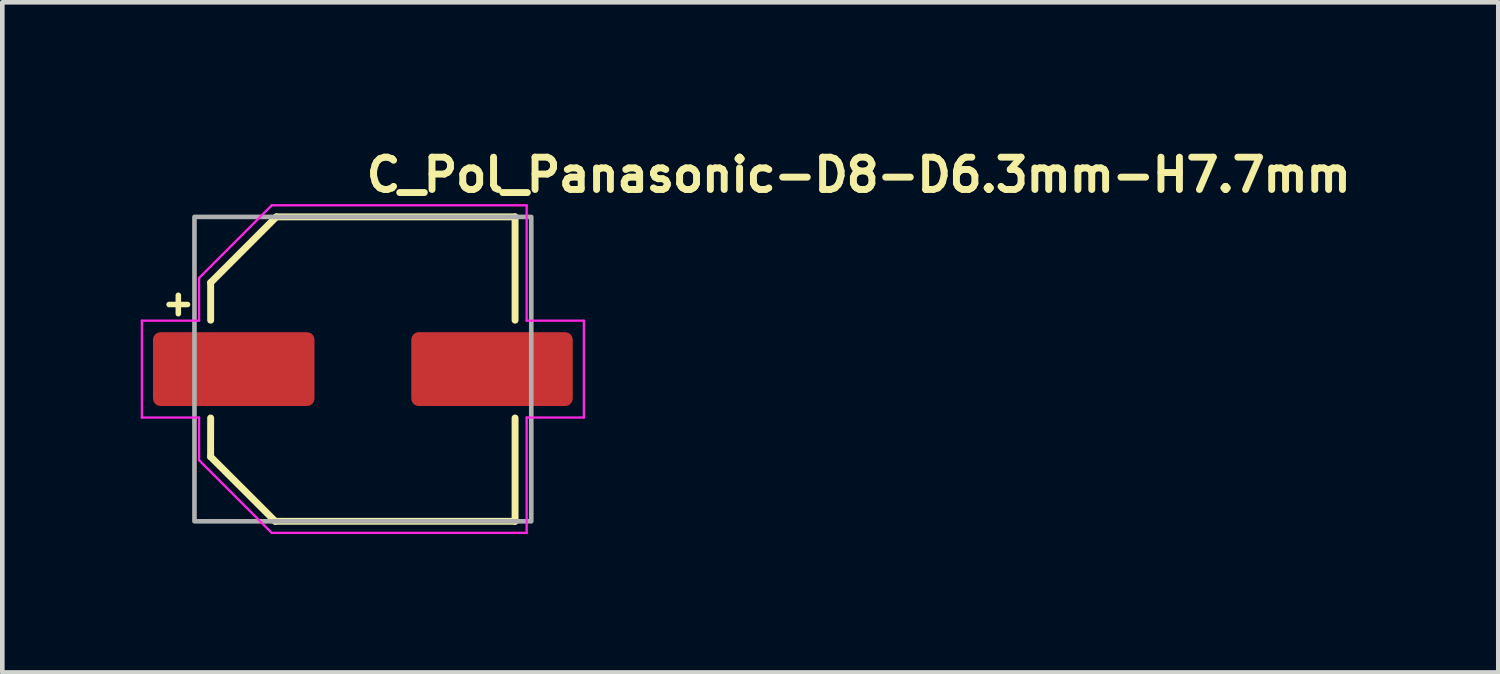
<source format=kicad_pcb>
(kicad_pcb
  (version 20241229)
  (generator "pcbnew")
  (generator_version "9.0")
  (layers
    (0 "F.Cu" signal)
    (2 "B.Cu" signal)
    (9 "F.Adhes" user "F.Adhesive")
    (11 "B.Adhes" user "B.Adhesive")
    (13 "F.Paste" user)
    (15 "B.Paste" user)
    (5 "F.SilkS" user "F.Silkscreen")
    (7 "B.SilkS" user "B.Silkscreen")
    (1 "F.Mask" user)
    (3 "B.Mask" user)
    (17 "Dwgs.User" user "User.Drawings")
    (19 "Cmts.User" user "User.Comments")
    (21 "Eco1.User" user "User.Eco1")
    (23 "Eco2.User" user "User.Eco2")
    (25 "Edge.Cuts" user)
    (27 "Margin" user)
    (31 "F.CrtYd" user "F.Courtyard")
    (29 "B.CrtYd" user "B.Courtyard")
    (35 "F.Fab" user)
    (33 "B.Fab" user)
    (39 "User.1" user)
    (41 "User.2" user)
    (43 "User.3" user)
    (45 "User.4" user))
  (footprint "C_Pol_Panasonic-D8-D6.3mm-H7.7mm"
    (layer "F.Cu")
    (at 4.815 4.95)
    (property "Reference" "C_Pol_Panasonic-D8-D6.3mm-H7.7mm" (at 0 -3.8 0) (layer "F.SilkS") (effects (font (size 0.7 0.7) (thickness 0.15)) (justify left bottom)))
    (attr smd)
    (fp_line (start -4.2 -1.4) (end -3.8 -1.4) (stroke (width 0.12) (type solid)) (layer "F.SilkS"))
    (fp_line (start -4 -1.6) (end -4 -1.2) (stroke (width 0.12) (type solid)) (layer "F.SilkS"))
    (fp_line (start -3.3 1.9) (end -3.299 1.06) (stroke (width 0.15) (type solid)) (layer "F.SilkS"))
    (fp_line (start -3.3 1.9) (end -1.899 3.299) (stroke (width 0.15) (type solid)) (layer "F.SilkS"))
    (fp_line (start -3.299 -1.875) (end -3.299 -1.06) (stroke (width 0.15) (type solid)) (layer "F.SilkS"))
    (fp_line (start -3.299 -1.875) (end -1.875 -3.3) (stroke (width 0.15) (type solid)) (layer "F.SilkS"))
    (fp_line (start -1.899 3.299) (end 3.299 3.299) (stroke (width 0.15) (type solid)) (layer "F.SilkS"))
    (fp_line (start -1.875 -3.3) (end 3.299 -3.299) (stroke (width 0.15) (type solid)) (layer "F.SilkS"))
    (fp_line (start 3.299 -3.299) (end 3.299 -1.06) (stroke (width 0.15) (type solid)) (layer "F.SilkS"))
    (fp_line (start 3.299 3.299) (end 3.299 1.06) (stroke (width 0.15) (type solid)) (layer "F.SilkS"))
    (fp_line (start -4.79 1.05) (end -4.79 -1.05) (stroke (width 0.05) (type solid)) (layer "F.CrtYd"))
    (fp_line (start -4.79 1.05) (end -3.55 1.05) (stroke (width 0.05) (type solid)) (layer "F.CrtYd"))
    (fp_line (start -3.55 -1.975) (end -3.55 -1.05) (stroke (width 0.05) (type solid)) (layer "F.CrtYd"))
    (fp_line (start -3.55 -1.975) (end -1.975 -3.55) (stroke (width 0.05) (type solid)) (layer "F.CrtYd"))
    (fp_line (start -3.55 -1.05) (end -4.79 -1.05) (stroke (width 0.05) (type solid)) (layer "F.CrtYd"))
    (fp_line (start -3.55 1.975) (end -3.55 1.05) (stroke (width 0.05) (type solid)) (layer "F.CrtYd"))
    (fp_line (start -1.975 -3.55) (end 3.55 -3.55) (stroke (width 0.05) (type solid)) (layer "F.CrtYd"))
    (fp_line (start -1.975 3.55) (end -3.55 1.975) (stroke (width 0.05) (type solid)) (layer "F.CrtYd"))
    (fp_line (start -1.975 3.55) (end 3.55 3.55) (stroke (width 0.05) (type solid)) (layer "F.CrtYd"))
    (fp_line (start 3.55 -3.55) (end 3.55 -1.05) (stroke (width 0.05) (type solid)) (layer "F.CrtYd"))
    (fp_line (start 3.55 -1.05) (end 4.79 -1.05) (stroke (width 0.05) (type solid)) (layer "F.CrtYd"))
    (fp_line (start 3.55 1.05) (end 3.55 3.55) (stroke (width 0.05) (type solid)) (layer "F.CrtYd"))
    (fp_line (start 4.79 -1.05) (end 4.79 1.05) (stroke (width 0.05) (type solid)) (layer "F.CrtYd"))
    (fp_line (start 4.79 1.05) (end 3.55 1.05) (stroke (width 0.05) (type solid)) (layer "F.CrtYd"))
    (fp_rect (start -3.65 -3.299) (end 3.65 3.299) (stroke (width 0.1) (type solid)) (fill no) (layer "F.Fab"))
    (fp_rect (start -3.65 -3.299) (end 3.65 3.299) (stroke (width 0.1) (type solid)) (fill no) (layer "User.5"))
    (fp_line (start -3.65 0.325) (end -3.65 -0.325) (stroke (width 0.02) (type solid)) (layer "User.9"))
    (fp_line (start -3.299 -1.1) (end -3.299 -1.899) (stroke (width 0.02) (type solid)) (layer "User.9"))
    (fp_line (start -3.299 -1.1) (end -3.299 1.1) (stroke (width 0.02) (type solid)) (layer "User.9"))
    (fp_line (start -3.299 -1.1) (end -3.057 -1.1) (stroke (width 0.02) (type solid)) (layer "User.9"))
    (fp_line (start -3.299 -0.325) (end -3.65 -0.325) (stroke (width 0.02) (type solid)) (layer "User.9"))
    (fp_line (start -3.299 0.325) (end -3.65 0.325) (stroke (width 0.02) (type solid)) (layer "User.9"))
    (fp_line (start -3.299 1.899) (end -3.299 1.1) (stroke (width 0.02) (type solid)) (layer "User.9"))
    (fp_line (start -3.299 1.899) (end -1.899 3.299) (stroke (width 0.02) (type solid)) (layer "User.9"))
    (fp_line (start -3.149 0) (end -3.145 -0.162) (stroke (width 0.02) (type solid)) (layer "User.9"))
    (fp_line (start -3.149 0) (end -3.145 -0.162) (stroke (width 0.02) (type solid)) (layer "User.9"))
    (fp_line (start -3.149 0) (end -3.145 -0.162) (stroke (width 0.02) (type solid)) (layer "User.9"))
    (fp_line (start -3.145 -0.162) (end -3.133 -0.321) (stroke (width 0.02) (type solid)) (layer "User.9"))
    (fp_line (start -3.145 -0.162) (end -3.133 -0.321) (stroke (width 0.02) (type solid)) (layer "User.9"))
    (fp_line (start -3.145 -0.162) (end -3.133 -0.321) (stroke (width 0.02) (type solid)) (layer "User.9"))
    (fp_line (start -3.145 0.162) (end -3.149 0) (stroke (width 0.02) (type solid)) (layer "User.9"))
    (fp_line (start -3.133 -0.321) (end -3.113 -0.479) (stroke (width 0.02) (type solid)) (layer "User.9"))
    (fp_line (start -3.133 -0.321) (end -3.113 -0.479) (stroke (width 0.02) (type solid)) (layer "User.9"))
    (fp_line (start -3.133 -0.321) (end -3.113 -0.479) (stroke (width 0.02) (type solid)) (layer "User.9"))
    (fp_line (start -3.133 0.322) (end -3.145 0.162) (stroke (width 0.02) (type solid)) (layer "User.9"))
    (fp_line (start -3.113 -0.479) (end -3.085 -0.634) (stroke (width 0.02) (type solid)) (layer "User.9"))
    (fp_line (start -3.113 -0.479) (end -3.085 -0.634) (stroke (width 0.02) (type solid)) (layer "User.9"))
    (fp_line (start -3.113 -0.479) (end -3.085 -0.634) (stroke (width 0.02) (type solid)) (layer "User.9"))
    (fp_line (start -3.113 0.479) (end -3.133 0.322) (stroke (width 0.02) (type solid)) (layer "User.9"))
    (fp_line (start -3.085 -0.634) (end -3.049 -0.786) (stroke (width 0.02) (type solid)) (layer "User.9"))
    (fp_line (start -3.085 -0.634) (end -3.049 -0.786) (stroke (width 0.02) (type solid)) (layer "User.9"))
    (fp_line (start -3.085 -0.634) (end -3.049 -0.786) (stroke (width 0.02) (type solid)) (layer "User.9"))
    (fp_line (start -3.085 0.634) (end -3.113 0.479) (stroke (width 0.02) (type solid)) (layer "User.9"))
    (fp_line (start -3.057 -1.1) (end -2.992 -1.268) (stroke (width 0.02) (type solid)) (layer "User.9"))
    (fp_line (start -3.057 1.1) (end -3.299 1.1) (stroke (width 0.02) (type solid)) (layer "User.9"))
    (fp_line (start -3.049 -0.786) (end -3.008 -0.936) (stroke (width 0.02) (type solid)) (layer "User.9"))
    (fp_line (start -3.049 -0.786) (end -3.008 -0.936) (stroke (width 0.02) (type solid)) (layer "User.9"))
    (fp_line (start -3.049 -0.786) (end -3.008 -0.936) (stroke (width 0.02) (type solid)) (layer "User.9"))
    (fp_line (start -3.049 0.787) (end -3.085 0.634) (stroke (width 0.02) (type solid)) (layer "User.9"))
    (fp_line (start -3.008 -0.936) (end -2.957 -1.082) (stroke (width 0.02) (type solid)) (layer "User.9"))
    (fp_line (start -3.008 -0.936) (end -2.957 -1.082) (stroke (width 0.02) (type solid)) (layer "User.9"))
    (fp_line (start -3.008 -0.936) (end -2.957 -1.082) (stroke (width 0.02) (type solid)) (layer "User.9"))
    (fp_line (start -3.008 0.936) (end -3.049 0.787) (stroke (width 0.02) (type solid)) (layer "User.9"))
    (fp_line (start -2.992 -1.268) (end -2.916 -1.432) (stroke (width 0.02) (type solid)) (layer "User.9"))
    (fp_line (start -2.992 1.268) (end -3.057 1.1) (stroke (width 0.02) (type solid)) (layer "User.9"))
    (fp_line (start -2.957 -1.082) (end -2.902 -1.225) (stroke (width 0.02) (type solid)) (layer "User.9"))
    (fp_line (start -2.957 -1.082) (end -2.902 -1.225) (stroke (width 0.02) (type solid)) (layer "User.9"))
    (fp_line (start -2.957 -1.082) (end -2.902 -1.225) (stroke (width 0.02) (type solid)) (layer "User.9"))
    (fp_line (start -2.957 1.082) (end -3.008 0.936) (stroke (width 0.02) (type solid)) (layer "User.9"))
    (fp_line (start -2.916 -1.432) (end -2.832 -1.591) (stroke (width 0.02) (type solid)) (layer "User.9"))
    (fp_line (start -2.916 1.432) (end -2.992 1.268) (stroke (width 0.02) (type solid)) (layer "User.9"))
    (fp_line (start -2.902 -1.225) (end -2.839 -1.365) (stroke (width 0.02) (type solid)) (layer "User.9"))
    (fp_line (start -2.902 -1.225) (end -2.839 -1.365) (stroke (width 0.02) (type solid)) (layer "User.9"))
    (fp_line (start -2.902 -1.225) (end -2.839 -1.365) (stroke (width 0.02) (type solid)) (layer "User.9"))
    (fp_line (start -2.902 1.225) (end -2.957 1.082) (stroke (width 0.02) (type solid)) (layer "User.9"))
    (fp_line (start -2.839 -1.365) (end -2.77 -1.5) (stroke (width 0.02) (type solid)) (layer "User.9"))
    (fp_line (start -2.839 -1.365) (end -2.77 -1.5) (stroke (width 0.02) (type solid)) (layer "User.9"))
    (fp_line (start -2.839 -1.365) (end -2.77 -1.5) (stroke (width 0.02) (type solid)) (layer "User.9"))
    (fp_line (start -2.838 1.365) (end -2.902 1.225) (stroke (width 0.02) (type solid)) (layer "User.9"))
    (fp_line (start -2.832 -1.591) (end -2.743 -1.744) (stroke (width 0.02) (type solid)) (layer "User.9"))
    (fp_line (start -2.832 1.591) (end -2.916 1.432) (stroke (width 0.02) (type solid)) (layer "User.9"))
    (fp_line (start -2.77 -1.5) (end -2.694 -1.632) (stroke (width 0.02) (type solid)) (layer "User.9"))
    (fp_line (start -2.77 -1.5) (end -2.694 -1.632) (stroke (width 0.02) (type solid)) (layer "User.9"))
    (fp_line (start -2.77 -1.5) (end -2.694 -1.632) (stroke (width 0.02) (type solid)) (layer "User.9"))
    (fp_line (start -2.77 1.501) (end -2.838 1.365) (stroke (width 0.02) (type solid)) (layer "User.9"))
    (fp_line (start -2.743 -1.744) (end -2.642 -1.892) (stroke (width 0.02) (type solid)) (layer "User.9"))
    (fp_line (start -2.743 1.744) (end -2.832 1.591) (stroke (width 0.02) (type solid)) (layer "User.9"))
    (fp_line (start -2.694 -1.632) (end -2.612 -1.76) (stroke (width 0.02) (type solid)) (layer "User.9"))
    (fp_line (start -2.694 -1.632) (end -2.612 -1.76) (stroke (width 0.02) (type solid)) (layer "User.9"))
    (fp_line (start -2.694 -1.632) (end -2.612 -1.76) (stroke (width 0.02) (type solid)) (layer "User.9"))
    (fp_line (start -2.694 1.632) (end -2.77 1.501) (stroke (width 0.02) (type solid)) (layer "User.9"))
    (fp_line (start -2.642 -1.892) (end -2.535 -2.032) (stroke (width 0.02) (type solid)) (layer "User.9"))
    (fp_line (start -2.642 1.892) (end -2.743 1.744) (stroke (width 0.02) (type solid)) (layer "User.9"))
    (fp_line (start -2.612 -1.76) (end -2.524 -1.883) (stroke (width 0.02) (type solid)) (layer "User.9"))
    (fp_line (start -2.612 -1.76) (end -2.524 -1.883) (stroke (width 0.02) (type solid)) (layer "User.9"))
    (fp_line (start -2.612 -1.76) (end -2.524 -1.883) (stroke (width 0.02) (type solid)) (layer "User.9"))
    (fp_line (start -2.612 1.76) (end -2.694 1.632) (stroke (width 0.02) (type solid)) (layer "User.9"))
    (fp_line (start -2.535 -2.032) (end -2.42 -2.169) (stroke (width 0.02) (type solid)) (layer "User.9"))
    (fp_line (start -2.535 2.032) (end -2.642 1.892) (stroke (width 0.02) (type solid)) (layer "User.9"))
    (fp_line (start -2.524 -1.883) (end -2.431 -2.002) (stroke (width 0.02) (type solid)) (layer "User.9"))
    (fp_line (start -2.524 -1.883) (end -2.431 -2.002) (stroke (width 0.02) (type solid)) (layer "User.9"))
    (fp_line (start -2.524 -1.883) (end -2.431 -2.002) (stroke (width 0.02) (type solid)) (layer "User.9"))
    (fp_line (start -2.524 1.884) (end -2.612 1.76) (stroke (width 0.02) (type solid)) (layer "User.9"))
    (fp_line (start -2.431 -2.002) (end -2.332 -2.117) (stroke (width 0.02) (type solid)) (layer "User.9"))
    (fp_line (start -2.431 -2.002) (end -2.332 -2.117) (stroke (width 0.02) (type solid)) (layer "User.9"))
    (fp_line (start -2.431 -2.002) (end -2.332 -2.117) (stroke (width 0.02) (type solid)) (layer "User.9"))
    (fp_line (start -2.431 2.003) (end -2.524 1.884) (stroke (width 0.02) (type solid)) (layer "User.9"))
    (fp_line (start -2.42 -2.169) (end -2.299 -2.298) (stroke (width 0.02) (type solid)) (layer "User.9"))
    (fp_line (start -2.42 2.169) (end -2.535 2.032) (stroke (width 0.02) (type solid)) (layer "User.9"))
    (fp_line (start -2.332 -2.117) (end -2.227 -2.226) (stroke (width 0.02) (type solid)) (layer "User.9"))
    (fp_line (start -2.332 -2.117) (end -2.227 -2.226) (stroke (width 0.02) (type solid)) (layer "User.9"))
    (fp_line (start -2.332 -2.117) (end -2.227 -2.226) (stroke (width 0.02) (type solid)) (layer "User.9"))
    (fp_line (start -2.332 2.117) (end -2.431 2.003) (stroke (width 0.02) (type solid)) (layer "User.9"))
    (fp_line (start -2.299 -2.298) (end -2.17 -2.42) (stroke (width 0.02) (type solid)) (layer "User.9"))
    (fp_line (start -2.299 2.298) (end -2.42 2.169) (stroke (width 0.02) (type solid)) (layer "User.9"))
    (fp_line (start -2.227 -2.226) (end -2.118 -2.33) (stroke (width 0.02) (type solid)) (layer "User.9"))
    (fp_line (start -2.227 -2.226) (end -2.118 -2.33) (stroke (width 0.02) (type solid)) (layer "User.9"))
    (fp_line (start -2.227 -2.226) (end -2.118 -2.33) (stroke (width 0.02) (type solid)) (layer "User.9"))
    (fp_line (start -2.227 2.226) (end -2.332 2.117) (stroke (width 0.02) (type solid)) (layer "User.9"))
    (fp_line (start -2.17 -2.42) (end -2.032 -2.534) (stroke (width 0.02) (type solid)) (layer "User.9"))
    (fp_line (start -2.17 2.42) (end -2.299 2.298) (stroke (width 0.02) (type solid)) (layer "User.9"))
    (fp_line (start -2.118 -2.33) (end -2.004 -2.429) (stroke (width 0.02) (type solid)) (layer "User.9"))
    (fp_line (start -2.118 -2.33) (end -2.004 -2.429) (stroke (width 0.02) (type solid)) (layer "User.9"))
    (fp_line (start -2.118 -2.33) (end -2.004 -2.429) (stroke (width 0.02) (type solid)) (layer "User.9"))
    (fp_line (start -2.118 2.33) (end -2.227 2.226) (stroke (width 0.02) (type solid)) (layer "User.9"))
    (fp_line (start -2.032 -2.534) (end -1.892 -2.642) (stroke (width 0.02) (type solid)) (layer "User.9"))
    (fp_line (start -2.032 2.534) (end -2.17 2.42) (stroke (width 0.02) (type solid)) (layer "User.9"))
    (fp_line (start -2.004 -2.429) (end -1.884 -2.523) (stroke (width 0.02) (type solid)) (layer "User.9"))
    (fp_line (start -2.004 -2.429) (end -1.884 -2.523) (stroke (width 0.02) (type solid)) (layer "User.9"))
    (fp_line (start -2.004 -2.429) (end -1.884 -2.523) (stroke (width 0.02) (type solid)) (layer "User.9"))
    (fp_line (start -2.004 2.429) (end -2.118 2.33) (stroke (width 0.02) (type solid)) (layer "User.9"))
    (fp_line (start -1.899 -3.299) (end -3.299 -1.899) (stroke (width 0.02) (type solid)) (layer "User.9"))
    (fp_line (start -1.899 -3.299) (end -1.099 -3.299) (stroke (width 0.02) (type solid)) (layer "User.9"))
    (fp_line (start -1.892 -2.642) (end -1.744 -2.742) (stroke (width 0.02) (type solid)) (layer "User.9"))
    (fp_line (start -1.892 2.642) (end -2.032 2.534) (stroke (width 0.02) (type solid)) (layer "User.9"))
    (fp_line (start -1.884 -2.523) (end -1.76 -2.61) (stroke (width 0.02) (type solid)) (layer "User.9"))
    (fp_line (start -1.884 -2.523) (end -1.76 -2.61) (stroke (width 0.02) (type solid)) (layer "User.9"))
    (fp_line (start -1.884 -2.523) (end -1.76 -2.61) (stroke (width 0.02) (type solid)) (layer "User.9"))
    (fp_line (start -1.884 2.523) (end -2.004 2.429) (stroke (width 0.02) (type solid)) (layer "User.9"))
    (fp_line (start -1.76 -2.61) (end -1.633 -2.692) (stroke (width 0.02) (type solid)) (layer "User.9"))
    (fp_line (start -1.76 -2.61) (end -1.633 -2.692) (stroke (width 0.02) (type solid)) (layer "User.9"))
    (fp_line (start -1.76 -2.61) (end -1.633 -2.692) (stroke (width 0.02) (type solid)) (layer "User.9"))
    (fp_line (start -1.76 2.611) (end -1.884 2.523) (stroke (width 0.02) (type solid)) (layer "User.9"))
    (fp_line (start -1.744 -2.742) (end -1.591 -2.833) (stroke (width 0.02) (type solid)) (layer "User.9"))
    (fp_line (start -1.744 2.742) (end -1.892 2.642) (stroke (width 0.02) (type solid)) (layer "User.9"))
    (fp_line (start -1.633 -2.692) (end -1.502 -2.768) (stroke (width 0.02) (type solid)) (layer "User.9"))
    (fp_line (start -1.633 -2.692) (end -1.502 -2.768) (stroke (width 0.02) (type solid)) (layer "User.9"))
    (fp_line (start -1.633 -2.692) (end -1.502 -2.768) (stroke (width 0.02) (type solid)) (layer "User.9"))
    (fp_line (start -1.633 2.693) (end -1.76 2.611) (stroke (width 0.02) (type solid)) (layer "User.9"))
    (fp_line (start -1.591 -2.833) (end -1.432 -2.917) (stroke (width 0.02) (type solid)) (layer "User.9"))
    (fp_line (start -1.591 2.833) (end -1.744 2.742) (stroke (width 0.02) (type solid)) (layer "User.9"))
    (fp_line (start -1.502 -2.768) (end -1.365 -2.838) (stroke (width 0.02) (type solid)) (layer "User.9"))
    (fp_line (start -1.502 -2.768) (end -1.365 -2.838) (stroke (width 0.02) (type solid)) (layer "User.9"))
    (fp_line (start -1.502 -2.768) (end -1.365 -2.838) (stroke (width 0.02) (type solid)) (layer "User.9"))
    (fp_line (start -1.502 2.768) (end -1.633 2.693) (stroke (width 0.02) (type solid)) (layer "User.9"))
    (fp_line (start -1.432 -2.917) (end -1.268 -2.992) (stroke (width 0.02) (type solid)) (layer "User.9"))
    (fp_line (start -1.432 2.917) (end -1.591 2.833) (stroke (width 0.02) (type solid)) (layer "User.9"))
    (fp_line (start -1.365 -2.838) (end -1.226 -2.901) (stroke (width 0.02) (type solid)) (layer "User.9"))
    (fp_line (start -1.365 -2.838) (end -1.226 -2.901) (stroke (width 0.02) (type solid)) (layer "User.9"))
    (fp_line (start -1.365 -2.838) (end -1.226 -2.901) (stroke (width 0.02) (type solid)) (layer "User.9"))
    (fp_line (start -1.365 2.838) (end -1.502 2.768) (stroke (width 0.02) (type solid)) (layer "User.9"))
    (fp_line (start -1.268 -2.992) (end -1.099 -3.058) (stroke (width 0.02) (type solid)) (layer "User.9"))
    (fp_line (start -1.268 2.992) (end -1.432 2.917) (stroke (width 0.02) (type solid)) (layer "User.9"))
    (fp_line (start -1.226 -2.901) (end -1.083 -2.957) (stroke (width 0.02) (type solid)) (layer "User.9"))
    (fp_line (start -1.226 -2.901) (end -1.083 -2.957) (stroke (width 0.02) (type solid)) (layer "User.9"))
    (fp_line (start -1.226 -2.901) (end -1.083 -2.957) (stroke (width 0.02) (type solid)) (layer "User.9"))
    (fp_line (start -1.226 2.901) (end -1.365 2.838) (stroke (width 0.02) (type solid)) (layer "User.9"))
    (fp_line (start -1.099 -3.299) (end -1.099 -3.058) (stroke (width 0.02) (type solid)) (layer "User.9"))
    (fp_line (start -1.099 3.058) (end -1.268 2.992) (stroke (width 0.02) (type solid)) (layer "User.9"))
    (fp_line (start -1.099 3.058) (end -1.099 3.299) (stroke (width 0.02) (type solid)) (layer "User.9"))
    (fp_line (start -1.099 3.299) (end -1.899 3.299) (stroke (width 0.02) (type solid)) (layer "User.9"))
    (fp_line (start -1.099 3.299) (end 1.1 3.299) (stroke (width 0.02) (type solid)) (layer "User.9"))
    (fp_line (start -1.083 -2.957) (end -0.936 -3.007) (stroke (width 0.02) (type solid)) (layer "User.9"))
    (fp_line (start -1.083 -2.957) (end -0.936 -3.007) (stroke (width 0.02) (type solid)) (layer "User.9"))
    (fp_line (start -1.083 -2.957) (end -0.936 -3.007) (stroke (width 0.02) (type solid)) (layer "User.9"))
    (fp_line (start -1.083 2.957) (end -1.226 2.901) (stroke (width 0.02) (type solid)) (layer "User.9"))
    (fp_line (start -0.936 -3.007) (end -0.787 -3.049) (stroke (width 0.02) (type solid)) (layer "User.9"))
    (fp_line (start -0.936 -3.007) (end -0.787 -3.049) (stroke (width 0.02) (type solid)) (layer "User.9"))
    (fp_line (start -0.936 -3.007) (end -0.787 -3.049) (stroke (width 0.02) (type solid)) (layer "User.9"))
    (fp_line (start -0.936 3.007) (end -1.083 2.957) (stroke (width 0.02) (type solid)) (layer "User.9"))
    (fp_line (start -0.787 -3.049) (end -0.634 -3.084) (stroke (width 0.02) (type solid)) (layer "User.9"))
    (fp_line (start -0.787 -3.049) (end -0.634 -3.084) (stroke (width 0.02) (type solid)) (layer "User.9"))
    (fp_line (start -0.787 -3.049) (end -0.634 -3.084) (stroke (width 0.02) (type solid)) (layer "User.9"))
    (fp_line (start -0.786 3.049) (end -0.936 3.007) (stroke (width 0.02) (type solid)) (layer "User.9"))
    (fp_line (start -0.634 -3.084) (end -0.48 -3.112) (stroke (width 0.02) (type solid)) (layer "User.9"))
    (fp_line (start -0.634 -3.084) (end -0.48 -3.112) (stroke (width 0.02) (type solid)) (layer "User.9"))
    (fp_line (start -0.634 -3.084) (end -0.48 -3.112) (stroke (width 0.02) (type solid)) (layer "User.9"))
    (fp_line (start -0.634 3.084) (end -0.786 3.049) (stroke (width 0.02) (type solid)) (layer "User.9"))
    (fp_line (start -0.48 -3.112) (end -0.322 -3.132) (stroke (width 0.02) (type solid)) (layer "User.9"))
    (fp_line (start -0.48 -3.112) (end -0.322 -3.132) (stroke (width 0.02) (type solid)) (layer "User.9"))
    (fp_line (start -0.48 -3.112) (end -0.322 -3.132) (stroke (width 0.02) (type solid)) (layer "User.9"))
    (fp_line (start -0.48 3.112) (end -0.634 3.084) (stroke (width 0.02) (type solid)) (layer "User.9"))
    (fp_line (start -0.322 -3.132) (end -0.162 -3.144) (stroke (width 0.02) (type solid)) (layer "User.9"))
    (fp_line (start -0.322 -3.132) (end -0.162 -3.144) (stroke (width 0.02) (type solid)) (layer "User.9"))
    (fp_line (start -0.322 -3.132) (end -0.162 -3.144) (stroke (width 0.02) (type solid)) (layer "User.9"))
    (fp_line (start -0.322 3.132) (end -0.48 3.112) (stroke (width 0.02) (type solid)) (layer "User.9"))
    (fp_line (start -0.162 -3.144) (end 0 -3.148) (stroke (width 0.02) (type solid)) (layer "User.9"))
    (fp_line (start -0.162 -3.144) (end 0 -3.148) (stroke (width 0.02) (type solid)) (layer "User.9"))
    (fp_line (start -0.162 -3.144) (end 0 -3.148) (stroke (width 0.02) (type solid)) (layer "User.9"))
    (fp_line (start -0.161 3.144) (end -0.322 3.132) (stroke (width 0.02) (type solid)) (layer "User.9"))
    (fp_line (start 0 -3.148) (end 0 -3.148) (stroke (width 0.02) (type solid)) (layer "User.9"))
    (fp_line (start 0 -3.148) (end 0 -3.148) (stroke (width 0.02) (type solid)) (layer "User.9"))
    (fp_line (start 0 -3.148) (end 0 -3.148) (stroke (width 0.02) (type solid)) (layer "User.9"))
    (fp_line (start 0 -3.148) (end 0.161 -3.144) (stroke (width 0.02) (type solid)) (layer "User.9"))
    (fp_line (start 0 -3.148) (end 0.161 -3.144) (stroke (width 0.02) (type solid)) (layer "User.9"))
    (fp_line (start 0 -3.148) (end 0.161 -3.144) (stroke (width 0.02) (type solid)) (layer "User.9"))
    (fp_line (start 0 3.148) (end -0.161 3.144) (stroke (width 0.02) (type solid)) (layer "User.9"))
    (fp_line (start 0 3.148) (end 0 3.148) (stroke (width 0.02) (type solid)) (layer "User.9"))
    (fp_line (start 0.161 -3.144) (end 0.321 -3.132) (stroke (width 0.02) (type solid)) (layer "User.9"))
    (fp_line (start 0.161 -3.144) (end 0.321 -3.132) (stroke (width 0.02) (type solid)) (layer "User.9"))
    (fp_line (start 0.161 -3.144) (end 0.321 -3.132) (stroke (width 0.02) (type solid)) (layer "User.9"))
    (fp_line (start 0.161 3.144) (end 0 3.148) (stroke (width 0.02) (type solid)) (layer "User.9"))
    (fp_line (start 0.321 -3.132) (end 0.479 -3.112) (stroke (width 0.02) (type solid)) (layer "User.9"))
    (fp_line (start 0.321 -3.132) (end 0.479 -3.112) (stroke (width 0.02) (type solid)) (layer "User.9"))
    (fp_line (start 0.321 -3.132) (end 0.479 -3.112) (stroke (width 0.02) (type solid)) (layer "User.9"))
    (fp_line (start 0.322 3.132) (end 0.161 3.144) (stroke (width 0.02) (type solid)) (layer "User.9"))
    (fp_line (start 0.479 -3.112) (end 0.634 -3.084) (stroke (width 0.02) (type solid)) (layer "User.9"))
    (fp_line (start 0.479 -3.112) (end 0.634 -3.084) (stroke (width 0.02) (type solid)) (layer "User.9"))
    (fp_line (start 0.479 -3.112) (end 0.634 -3.084) (stroke (width 0.02) (type solid)) (layer "User.9"))
    (fp_line (start 0.479 3.112) (end 0.322 3.132) (stroke (width 0.02) (type solid)) (layer "User.9"))
    (fp_line (start 0.5 -2.799) (end 0.5 2.799) (stroke (width 0.02) (type solid)) (layer "User.9"))
    (fp_line (start 0.5 2.799) (end 0.626 2.774) (stroke (width 0.02) (type solid)) (layer "User.9"))
    (fp_line (start 0.626 -2.774) (end 0.5 -2.799) (stroke (width 0.02) (type solid)) (layer "User.9"))
    (fp_line (start 0.626 2.774) (end 0.749 2.743) (stroke (width 0.02) (type solid)) (layer "User.9"))
    (fp_line (start 0.634 -3.084) (end 0.786 -3.049) (stroke (width 0.02) (type solid)) (layer "User.9"))
    (fp_line (start 0.634 -3.084) (end 0.786 -3.049) (stroke (width 0.02) (type solid)) (layer "User.9"))
    (fp_line (start 0.634 -3.084) (end 0.786 -3.049) (stroke (width 0.02) (type solid)) (layer "User.9"))
    (fp_line (start 0.634 3.084) (end 0.479 3.112) (stroke (width 0.02) (type solid)) (layer "User.9"))
    (fp_line (start 0.749 -2.743) (end 0.626 -2.774) (stroke (width 0.02) (type solid)) (layer "User.9"))
    (fp_line (start 0.749 2.743) (end 0.871 2.707) (stroke (width 0.02) (type solid)) (layer "User.9"))
    (fp_line (start 0.786 -3.049) (end 0.935 -3.007) (stroke (width 0.02) (type solid)) (layer "User.9"))
    (fp_line (start 0.786 -3.049) (end 0.935 -3.007) (stroke (width 0.02) (type solid)) (layer "User.9"))
    (fp_line (start 0.786 -3.049) (end 0.935 -3.007) (stroke (width 0.02) (type solid)) (layer "User.9"))
    (fp_line (start 0.786 3.049) (end 0.634 3.084) (stroke (width 0.02) (type solid)) (layer "User.9"))
    (fp_line (start 0.871 -2.707) (end 0.749 -2.743) (stroke (width 0.02) (type solid)) (layer "User.9"))
    (fp_line (start 0.871 2.707) (end 0.99 2.666) (stroke (width 0.02) (type solid)) (layer "User.9"))
    (fp_line (start 0.935 -3.007) (end 1.082 -2.957) (stroke (width 0.02) (type solid)) (layer "User.9"))
    (fp_line (start 0.935 -3.007) (end 1.082 -2.957) (stroke (width 0.02) (type solid)) (layer "User.9"))
    (fp_line (start 0.935 -3.007) (end 1.082 -2.957) (stroke (width 0.02) (type solid)) (layer "User.9"))
    (fp_line (start 0.935 3.007) (end 0.786 3.049) (stroke (width 0.02) (type solid)) (layer "User.9"))
    (fp_line (start 0.99 -2.666) (end 0.871 -2.707) (stroke (width 0.02) (type solid)) (layer "User.9"))
    (fp_line (start 0.99 2.666) (end 1.106 2.62) (stroke (width 0.02) (type solid)) (layer "User.9"))
    (fp_line (start 1.082 -2.957) (end 1.225 -2.901) (stroke (width 0.02) (type solid)) (layer "User.9"))
    (fp_line (start 1.082 -2.957) (end 1.225 -2.901) (stroke (width 0.02) (type solid)) (layer "User.9"))
    (fp_line (start 1.082 -2.957) (end 1.225 -2.901) (stroke (width 0.02) (type solid)) (layer "User.9"))
    (fp_line (start 1.082 2.957) (end 0.935 3.007) (stroke (width 0.02) (type solid)) (layer "User.9"))
    (fp_line (start 1.1 -3.299) (end -1.099 -3.299) (stroke (width 0.02) (type solid)) (layer "User.9"))
    (fp_line (start 1.1 -3.299) (end 1.1 -3.058) (stroke (width 0.02) (type solid)) (layer "User.9"))
    (fp_line (start 1.1 3.058) (end 1.1 3.299) (stroke (width 0.02) (type solid)) (layer "User.9"))
    (fp_line (start 1.1 3.058) (end 1.268 2.992) (stroke (width 0.02) (type solid)) (layer "User.9"))
    (fp_line (start 1.1 3.299) (end 2.5 3.299) (stroke (width 0.02) (type solid)) (layer "User.9"))
    (fp_line (start 1.106 -2.62) (end 0.99 -2.666) (stroke (width 0.02) (type solid)) (layer "User.9"))
    (fp_line (start 1.106 2.62) (end 1.22 2.569) (stroke (width 0.02) (type solid)) (layer "User.9"))
    (fp_line (start 1.22 -2.569) (end 1.106 -2.62) (stroke (width 0.02) (type solid)) (layer "User.9"))
    (fp_line (start 1.22 2.569) (end 1.33 2.514) (stroke (width 0.02) (type solid)) (layer "User.9"))
    (fp_line (start 1.225 -2.901) (end 1.364 -2.838) (stroke (width 0.02) (type solid)) (layer "User.9"))
    (fp_line (start 1.225 -2.901) (end 1.364 -2.838) (stroke (width 0.02) (type solid)) (layer "User.9"))
    (fp_line (start 1.225 -2.901) (end 1.364 -2.838) (stroke (width 0.02) (type solid)) (layer "User.9"))
    (fp_line (start 1.225 2.901) (end 1.082 2.957) (stroke (width 0.02) (type solid)) (layer "User.9"))
    (fp_line (start 1.268 -2.992) (end 1.1 -3.058) (stroke (width 0.02) (type solid)) (layer "User.9"))
    (fp_line (start 1.268 2.992) (end 1.432 2.917) (stroke (width 0.02) (type solid)) (layer "User.9"))
    (fp_line (start 1.33 -2.514) (end 1.22 -2.569) (stroke (width 0.02) (type solid)) (layer "User.9"))
    (fp_line (start 1.33 2.514) (end 1.438 2.454) (stroke (width 0.02) (type solid)) (layer "User.9"))
    (fp_line (start 1.364 -2.838) (end 1.5 -2.768) (stroke (width 0.02) (type solid)) (layer "User.9"))
    (fp_line (start 1.364 -2.838) (end 1.5 -2.768) (stroke (width 0.02) (type solid)) (layer "User.9"))
    (fp_line (start 1.364 -2.838) (end 1.5 -2.768) (stroke (width 0.02) (type solid)) (layer "User.9"))
    (fp_line (start 1.364 2.838) (end 1.225 2.901) (stroke (width 0.02) (type solid)) (layer "User.9"))
    (fp_line (start 1.432 -2.917) (end 1.268 -2.992) (stroke (width 0.02) (type solid)) (layer "User.9"))
    (fp_line (start 1.432 2.917) (end 1.59 2.833) (stroke (width 0.02) (type solid)) (layer "User.9"))
    (fp_line (start 1.438 -2.454) (end 1.33 -2.514) (stroke (width 0.02) (type solid)) (layer "User.9"))
    (fp_line (start 1.438 2.454) (end 1.543 2.389) (stroke (width 0.02) (type solid)) (layer "User.9"))
    (fp_line (start 1.5 -2.768) (end 1.632 -2.693) (stroke (width 0.02) (type solid)) (layer "User.9"))
    (fp_line (start 1.5 -2.768) (end 1.632 -2.693) (stroke (width 0.02) (type solid)) (layer "User.9"))
    (fp_line (start 1.5 -2.768) (end 1.632 -2.693) (stroke (width 0.02) (type solid)) (layer "User.9"))
    (fp_line (start 1.5 2.768) (end 1.364 2.838) (stroke (width 0.02) (type solid)) (layer "User.9"))
    (fp_line (start 1.543 -2.389) (end 1.438 -2.454) (stroke (width 0.02) (type solid)) (layer "User.9"))
    (fp_line (start 1.543 2.389) (end 1.644 2.32) (stroke (width 0.02) (type solid)) (layer "User.9"))
    (fp_line (start 1.59 -2.833) (end 1.432 -2.917) (stroke (width 0.02) (type solid)) (layer "User.9"))
    (fp_line (start 1.59 2.833) (end 1.744 2.742) (stroke (width 0.02) (type solid)) (layer "User.9"))
    (fp_line (start 1.632 -2.693) (end 1.76 -2.611) (stroke (width 0.02) (type solid)) (layer "User.9"))
    (fp_line (start 1.632 -2.693) (end 1.76 -2.611) (stroke (width 0.02) (type solid)) (layer "User.9"))
    (fp_line (start 1.632 -2.693) (end 1.76 -2.611) (stroke (width 0.02) (type solid)) (layer "User.9"))
    (fp_line (start 1.633 2.692) (end 1.5 2.768) (stroke (width 0.02) (type solid)) (layer "User.9"))
    (fp_line (start 1.644 -2.32) (end 1.543 -2.389) (stroke (width 0.02) (type solid)) (layer "User.9"))
    (fp_line (start 1.644 2.32) (end 1.742 2.247) (stroke (width 0.02) (type solid)) (layer "User.9"))
    (fp_line (start 1.742 -2.247) (end 1.644 -2.32) (stroke (width 0.02) (type solid)) (layer "User.9"))
    (fp_line (start 1.742 2.247) (end 1.837 2.17) (stroke (width 0.02) (type solid)) (layer "User.9"))
    (fp_line (start 1.744 -2.742) (end 1.59 -2.833) (stroke (width 0.02) (type solid)) (layer "User.9"))
    (fp_line (start 1.744 2.742) (end 1.891 2.642) (stroke (width 0.02) (type solid)) (layer "User.9"))
    (fp_line (start 1.76 -2.611) (end 1.883 -2.523) (stroke (width 0.02) (type solid)) (layer "User.9"))
    (fp_line (start 1.76 -2.611) (end 1.883 -2.523) (stroke (width 0.02) (type solid)) (layer "User.9"))
    (fp_line (start 1.76 -2.611) (end 1.883 -2.523) (stroke (width 0.02) (type solid)) (layer "User.9"))
    (fp_line (start 1.76 2.61) (end 1.633 2.692) (stroke (width 0.02) (type solid)) (layer "User.9"))
    (fp_line (start 1.837 -2.17) (end 1.742 -2.247) (stroke (width 0.02) (type solid)) (layer "User.9"))
    (fp_line (start 1.837 2.17) (end 1.928 2.09) (stroke (width 0.02) (type solid)) (layer "User.9"))
    (fp_line (start 1.883 -2.523) (end 2.003 -2.429) (stroke (width 0.02) (type solid)) (layer "User.9"))
    (fp_line (start 1.883 -2.523) (end 2.003 -2.429) (stroke (width 0.02) (type solid)) (layer "User.9"))
    (fp_line (start 1.883 -2.523) (end 2.003 -2.429) (stroke (width 0.02) (type solid)) (layer "User.9"))
    (fp_line (start 1.883 2.523) (end 1.76 2.61) (stroke (width 0.02) (type solid)) (layer "User.9"))
    (fp_line (start 1.891 -2.642) (end 1.744 -2.742) (stroke (width 0.02) (type solid)) (layer "User.9"))
    (fp_line (start 1.891 2.642) (end 2.032 2.534) (stroke (width 0.02) (type solid)) (layer "User.9"))
    (fp_line (start 1.928 -2.09) (end 1.837 -2.17) (stroke (width 0.02) (type solid)) (layer "User.9"))
    (fp_line (start 1.928 2.09) (end 2.016 2.004) (stroke (width 0.02) (type solid)) (layer "User.9"))
    (fp_line (start 2.003 -2.429) (end 2.117 -2.33) (stroke (width 0.02) (type solid)) (layer "User.9"))
    (fp_line (start 2.003 -2.429) (end 2.117 -2.33) (stroke (width 0.02) (type solid)) (layer "User.9"))
    (fp_line (start 2.003 -2.429) (end 2.117 -2.33) (stroke (width 0.02) (type solid)) (layer "User.9"))
    (fp_line (start 2.003 2.429) (end 1.883 2.523) (stroke (width 0.02) (type solid)) (layer "User.9"))
    (fp_line (start 2.016 -2.004) (end 1.928 -2.09) (stroke (width 0.02) (type solid)) (layer "User.9"))
    (fp_line (start 2.016 2.004) (end 2.1 1.917) (stroke (width 0.02) (type solid)) (layer "User.9"))
    (fp_line (start 2.032 -2.534) (end 1.891 -2.642) (stroke (width 0.02) (type solid)) (layer "User.9"))
    (fp_line (start 2.032 2.534) (end 2.169 2.42) (stroke (width 0.02) (type solid)) (layer "User.9"))
    (fp_line (start 2.1 -1.917) (end 2.016 -2.004) (stroke (width 0.02) (type solid)) (layer "User.9"))
    (fp_line (start 2.1 1.917) (end 2.18 1.825) (stroke (width 0.02) (type solid)) (layer "User.9"))
    (fp_line (start 2.117 -2.33) (end 2.226 -2.226) (stroke (width 0.02) (type solid)) (layer "User.9"))
    (fp_line (start 2.117 -2.33) (end 2.226 -2.226) (stroke (width 0.02) (type solid)) (layer "User.9"))
    (fp_line (start 2.117 -2.33) (end 2.226 -2.226) (stroke (width 0.02) (type solid)) (layer "User.9"))
    (fp_line (start 2.117 2.33) (end 2.003 2.429) (stroke (width 0.02) (type solid)) (layer "User.9"))
    (fp_line (start 2.169 -2.42) (end 2.032 -2.534) (stroke (width 0.02) (type solid)) (layer "User.9"))
    (fp_line (start 2.169 2.42) (end 2.298 2.298) (stroke (width 0.02) (type solid)) (layer "User.9"))
    (fp_line (start 2.18 -1.825) (end 2.1 -1.917) (stroke (width 0.02) (type solid)) (layer "User.9"))
    (fp_line (start 2.18 1.825) (end 2.255 1.73) (stroke (width 0.02) (type solid)) (layer "User.9"))
    (fp_line (start 2.226 -2.226) (end 2.331 -2.117) (stroke (width 0.02) (type solid)) (layer "User.9"))
    (fp_line (start 2.226 -2.226) (end 2.331 -2.117) (stroke (width 0.02) (type solid)) (layer "User.9"))
    (fp_line (start 2.226 -2.226) (end 2.331 -2.117) (stroke (width 0.02) (type solid)) (layer "User.9"))
    (fp_line (start 2.227 2.226) (end 2.117 2.33) (stroke (width 0.02) (type solid)) (layer "User.9"))
    (fp_line (start 2.255 -1.73) (end 2.18 -1.825) (stroke (width 0.02) (type solid)) (layer "User.9"))
    (fp_line (start 2.255 1.73) (end 2.328 1.632) (stroke (width 0.02) (type solid)) (layer "User.9"))
    (fp_line (start 2.298 -2.298) (end 2.169 -2.42) (stroke (width 0.02) (type solid)) (layer "User.9"))
    (fp_line (start 2.298 2.298) (end 2.42 2.169) (stroke (width 0.02) (type solid)) (layer "User.9"))
    (fp_line (start 2.328 -1.632) (end 2.255 -1.73) (stroke (width 0.02) (type solid)) (layer "User.9"))
    (fp_line (start 2.328 1.632) (end 2.396 1.531) (stroke (width 0.02) (type solid)) (layer "User.9"))
    (fp_line (start 2.331 -2.117) (end 2.43 -2.003) (stroke (width 0.02) (type solid)) (layer "User.9"))
    (fp_line (start 2.331 -2.117) (end 2.43 -2.003) (stroke (width 0.02) (type solid)) (layer "User.9"))
    (fp_line (start 2.331 -2.117) (end 2.43 -2.003) (stroke (width 0.02) (type solid)) (layer "User.9"))
    (fp_line (start 2.331 2.117) (end 2.227 2.226) (stroke (width 0.02) (type solid)) (layer "User.9"))
    (fp_line (start 2.396 -1.531) (end 2.328 -1.632) (stroke (width 0.02) (type solid)) (layer "User.9"))
    (fp_line (start 2.396 1.531) (end 2.46 1.427) (stroke (width 0.02) (type solid)) (layer "User.9"))
    (fp_line (start 2.42 -2.169) (end 2.298 -2.298) (stroke (width 0.02) (type solid)) (layer "User.9"))
    (fp_line (start 2.42 2.169) (end 2.534 2.032) (stroke (width 0.02) (type solid)) (layer "User.9"))
    (fp_line (start 2.43 -2.003) (end 2.523 -1.884) (stroke (width 0.02) (type solid)) (layer "User.9"))
    (fp_line (start 2.43 -2.003) (end 2.523 -1.884) (stroke (width 0.02) (type solid)) (layer "User.9"))
    (fp_line (start 2.43 -2.003) (end 2.523 -1.884) (stroke (width 0.02) (type solid)) (layer "User.9"))
    (fp_line (start 2.43 2.002) (end 2.331 2.117) (stroke (width 0.02) (type solid)) (layer "User.9"))
    (fp_line (start 2.46 -1.427) (end 2.396 -1.531) (stroke (width 0.02) (type solid)) (layer "User.9"))
    (fp_line (start 2.46 1.427) (end 2.519 1.32) (stroke (width 0.02) (type solid)) (layer "User.9"))
    (fp_line (start 2.5 -3.299) (end 1.1 -3.299) (stroke (width 0.02) (type solid)) (layer "User.9"))
    (fp_line (start 2.5 3.299) (end 2.539 3.299) (stroke (width 0.02) (type solid)) (layer "User.9"))
    (fp_line (start 2.519 -1.32) (end 2.46 -1.427) (stroke (width 0.02) (type solid)) (layer "User.9"))
    (fp_line (start 2.519 1.32) (end 2.573 1.211) (stroke (width 0.02) (type solid)) (layer "User.9"))
    (fp_line (start 2.523 -1.884) (end 2.611 -1.76) (stroke (width 0.02) (type solid)) (layer "User.9"))
    (fp_line (start 2.523 -1.884) (end 2.611 -1.76) (stroke (width 0.02) (type solid)) (layer "User.9"))
    (fp_line (start 2.523 -1.884) (end 2.611 -1.76) (stroke (width 0.02) (type solid)) (layer "User.9"))
    (fp_line (start 2.523 1.883) (end 2.43 2.002) (stroke (width 0.02) (type solid)) (layer "User.9"))
    (fp_line (start 2.534 -2.032) (end 2.42 -2.169) (stroke (width 0.02) (type solid)) (layer "User.9"))
    (fp_line (start 2.534 2.032) (end 2.642 1.892) (stroke (width 0.02) (type solid)) (layer "User.9"))
    (fp_line (start 2.539 -3.299) (end 2.5 -3.299) (stroke (width 0.02) (type solid)) (layer "User.9"))
    (fp_line (start 2.539 3.299) (end 2.579 3.296) (stroke (width 0.02) (type solid)) (layer "User.9"))
    (fp_line (start 2.573 -1.211) (end 2.519 -1.32) (stroke (width 0.02) (type solid)) (layer "User.9"))
    (fp_line (start 2.573 1.211) (end 2.622 1.099) (stroke (width 0.02) (type solid)) (layer "User.9"))
    (fp_line (start 2.579 -3.296) (end 2.539 -3.299) (stroke (width 0.02) (type solid)) (layer "User.9"))
    (fp_line (start 2.579 3.296) (end 2.618 3.291) (stroke (width 0.02) (type solid)) (layer "User.9"))
    (fp_line (start 2.611 -1.76) (end 2.693 -1.632) (stroke (width 0.02) (type solid)) (layer "User.9"))
    (fp_line (start 2.611 -1.76) (end 2.693 -1.632) (stroke (width 0.02) (type solid)) (layer "User.9"))
    (fp_line (start 2.611 -1.76) (end 2.693 -1.632) (stroke (width 0.02) (type solid)) (layer "User.9"))
    (fp_line (start 2.611 1.76) (end 2.523 1.883) (stroke (width 0.02) (type solid)) (layer "User.9"))
    (fp_line (start 2.618 -3.291) (end 2.579 -3.296) (stroke (width 0.02) (type solid)) (layer "User.9"))
    (fp_line (start 2.618 3.291) (end 2.656 3.284) (stroke (width 0.02) (type solid)) (layer "User.9"))
    (fp_line (start 2.622 -1.099) (end 2.573 -1.211) (stroke (width 0.02) (type solid)) (layer "User.9"))
    (fp_line (start 2.622 1.099) (end 2.668 0.984) (stroke (width 0.02) (type solid)) (layer "User.9"))
    (fp_line (start 2.642 -1.892) (end 2.534 -2.032) (stroke (width 0.02) (type solid)) (layer "User.9"))
    (fp_line (start 2.642 1.892) (end 2.742 1.744) (stroke (width 0.02) (type solid)) (layer "User.9"))
    (fp_line (start 2.656 -3.284) (end 2.618 -3.291) (stroke (width 0.02) (type solid)) (layer "User.9"))
    (fp_line (start 2.656 3.284) (end 2.695 3.275) (stroke (width 0.02) (type solid)) (layer "User.9"))
    (fp_line (start 2.668 -0.984) (end 2.622 -1.099) (stroke (width 0.02) (type solid)) (layer "User.9"))
    (fp_line (start 2.668 0.984) (end 2.707 0.868) (stroke (width 0.02) (type solid)) (layer "User.9"))
    (fp_line (start 2.693 -1.632) (end 2.769 -1.501) (stroke (width 0.02) (type solid)) (layer "User.9"))
    (fp_line (start 2.693 -1.632) (end 2.769 -1.501) (stroke (width 0.02) (type solid)) (layer "User.9"))
    (fp_line (start 2.693 -1.632) (end 2.769 -1.501) (stroke (width 0.02) (type solid)) (layer "User.9"))
    (fp_line (start 2.693 1.632) (end 2.611 1.76) (stroke (width 0.02) (type solid)) (layer "User.9"))
    (fp_line (start 2.695 -3.275) (end 2.656 -3.284) (stroke (width 0.02) (type solid)) (layer "User.9"))
    (fp_line (start 2.695 3.275) (end 2.731 3.265) (stroke (width 0.02) (type solid)) (layer "User.9"))
    (fp_line (start 2.707 -0.868) (end 2.668 -0.984) (stroke (width 0.02) (type solid)) (layer "User.9"))
    (fp_line (start 2.707 0.868) (end 2.744 0.749) (stroke (width 0.02) (type solid)) (layer "User.9"))
    (fp_line (start 2.731 -3.265) (end 2.695 -3.275) (stroke (width 0.02) (type solid)) (layer "User.9"))
    (fp_line (start 2.731 3.265) (end 2.769 3.253) (stroke (width 0.02) (type solid)) (layer "User.9"))
    (fp_line (start 2.742 -1.744) (end 2.642 -1.892) (stroke (width 0.02) (type solid)) (layer "User.9"))
    (fp_line (start 2.742 1.744) (end 2.832 1.591) (stroke (width 0.02) (type solid)) (layer "User.9"))
    (fp_line (start 2.744 -0.749) (end 2.707 -0.868) (stroke (width 0.02) (type solid)) (layer "User.9"))
    (fp_line (start 2.744 0.749) (end 2.774 0.628) (stroke (width 0.02) (type solid)) (layer "User.9"))
    (fp_line (start 2.769 -3.253) (end 2.731 -3.265) (stroke (width 0.02) (type solid)) (layer "User.9"))
    (fp_line (start 2.769 -1.501) (end 2.838 -1.365) (stroke (width 0.02) (type solid)) (layer "User.9"))
    (fp_line (start 2.769 -1.501) (end 2.838 -1.365) (stroke (width 0.02) (type solid)) (layer "User.9"))
    (fp_line (start 2.769 -1.501) (end 2.838 -1.365) (stroke (width 0.02) (type solid)) (layer "User.9"))
    (fp_line (start 2.769 1.5) (end 2.693 1.632) (stroke (width 0.02) (type solid)) (layer "User.9"))
    (fp_line (start 2.769 3.253) (end 2.806 3.239) (stroke (width 0.02) (type solid)) (layer "User.9"))
    (fp_line (start 2.774 -0.628) (end 2.744 -0.749) (stroke (width 0.02) (type solid)) (layer "User.9"))
    (fp_line (start 2.774 0.628) (end 2.799 0.506) (stroke (width 0.02) (type solid)) (layer "User.9"))
    (fp_line (start 2.799 -0.506) (end 2.774 -0.628) (stroke (width 0.02) (type solid)) (layer "User.9"))
    (fp_line (start 2.799 0.506) (end 2.818 0.381) (stroke (width 0.02) (type solid)) (layer "User.9"))
    (fp_line (start 2.806 -3.239) (end 2.769 -3.253) (stroke (width 0.02) (type solid)) (layer "User.9"))
    (fp_line (start 2.806 3.239) (end 2.84 3.223) (stroke (width 0.02) (type solid)) (layer "User.9"))
    (fp_line (start 2.818 -0.381) (end 2.799 -0.506) (stroke (width 0.02) (type solid)) (layer "User.9"))
    (fp_line (start 2.818 0.381) (end 2.832 0.255) (stroke (width 0.02) (type solid)) (layer "User.9"))
    (fp_line (start 2.832 -1.591) (end 2.742 -1.744) (stroke (width 0.02) (type solid)) (layer "User.9"))
    (fp_line (start 2.832 -0.255) (end 2.818 -0.381) (stroke (width 0.02) (type solid)) (layer "User.9"))
    (fp_line (start 2.832 0.255) (end 2.84 0.128) (stroke (width 0.02) (type solid)) (layer "User.9"))
    (fp_line (start 2.832 1.591) (end 2.917 1.432) (stroke (width 0.02) (type solid)) (layer "User.9"))
    (fp_line (start 2.838 -1.365) (end 2.902 -1.225) (stroke (width 0.02) (type solid)) (layer "User.9"))
    (fp_line (start 2.838 -1.365) (end 2.902 -1.225) (stroke (width 0.02) (type solid)) (layer "User.9"))
    (fp_line (start 2.838 -1.365) (end 2.902 -1.225) (stroke (width 0.02) (type solid)) (layer "User.9"))
    (fp_line (start 2.839 1.365) (end 2.769 1.5) (stroke (width 0.02) (type solid)) (layer "User.9"))
    (fp_line (start 2.84 -3.223) (end 2.806 -3.239) (stroke (width 0.02) (type solid)) (layer "User.9"))
    (fp_line (start 2.84 -0.128) (end 2.832 -0.255) (stroke (width 0.02) (type solid)) (layer "User.9"))
    (fp_line (start 2.84 0.128) (end 2.844 0) (stroke (width 0.02) (type solid)) (layer "User.9"))
    (fp_line (start 2.84 3.223) (end 2.876 3.205) (stroke (width 0.02) (type solid)) (layer "User.9"))
    (fp_line (start 2.844 0) (end 2.84 -0.128) (stroke (width 0.02) (type solid)) (layer "User.9"))
    (fp_line (start 2.844 0) (end 2.844 0) (stroke (width 0.02) (type solid)) (layer "User.9"))
    (fp_line (start 2.876 -3.205) (end 2.84 -3.223) (stroke (width 0.02) (type solid)) (layer "User.9"))
    (fp_line (start 2.876 3.205) (end 2.91 3.186) (stroke (width 0.02) (type solid)) (layer "User.9"))
    (fp_line (start 2.902 -1.225) (end 2.958 -1.082) (stroke (width 0.02) (type solid)) (layer "User.9"))
    (fp_line (start 2.902 -1.225) (end 2.958 -1.082) (stroke (width 0.02) (type solid)) (layer "User.9"))
    (fp_line (start 2.902 -1.225) (end 2.958 -1.082) (stroke (width 0.02) (type solid)) (layer "User.9"))
    (fp_line (start 2.902 1.225) (end 2.839 1.365) (stroke (width 0.02) (type solid)) (layer "User.9"))
    (fp_line (start 2.91 -3.186) (end 2.876 -3.205) (stroke (width 0.02) (type solid)) (layer "User.9"))
    (fp_line (start 2.91 3.186) (end 2.943 3.165) (stroke (width 0.02) (type solid)) (layer "User.9"))
    (fp_line (start 2.917 -1.432) (end 2.832 -1.591) (stroke (width 0.02) (type solid)) (layer "User.9"))
    (fp_line (start 2.917 1.432) (end 2.992 1.268) (stroke (width 0.02) (type solid)) (layer "User.9"))
    (fp_line (start 2.943 -3.165) (end 2.91 -3.186) (stroke (width 0.02) (type solid)) (layer "User.9"))
    (fp_line (start 2.943 3.165) (end 2.975 3.143) (stroke (width 0.02) (type solid)) (layer "User.9"))
    (fp_line (start 2.958 -1.082) (end 3.008 -0.936) (stroke (width 0.02) (type solid)) (layer "User.9"))
    (fp_line (start 2.958 -1.082) (end 3.008 -0.936) (stroke (width 0.02) (type solid)) (layer "User.9"))
    (fp_line (start 2.958 -1.082) (end 3.008 -0.936) (stroke (width 0.02) (type solid)) (layer "User.9"))
    (fp_line (start 2.958 1.082) (end 2.902 1.225) (stroke (width 0.02) (type solid)) (layer "User.9"))
    (fp_line (start 2.975 -3.143) (end 2.943 -3.165) (stroke (width 0.02) (type solid)) (layer "User.9"))
    (fp_line (start 2.975 3.143) (end 3.007 3.118) (stroke (width 0.02) (type solid)) (layer "User.9"))
    (fp_line (start 2.992 -1.268) (end 2.917 -1.432) (stroke (width 0.02) (type solid)) (layer "User.9"))
    (fp_line (start 2.992 1.268) (end 3.058 1.1) (stroke (width 0.02) (type solid)) (layer "User.9"))
    (fp_line (start 3.007 -3.118) (end 2.975 -3.143) (stroke (width 0.02) (type solid)) (layer "User.9"))
    (fp_line (start 3.007 3.118) (end 3.036 3.093) (stroke (width 0.02) (type solid)) (layer "User.9"))
    (fp_line (start 3.008 -0.936) (end 3.05 -0.787) (stroke (width 0.02) (type solid)) (layer "User.9"))
    (fp_line (start 3.008 -0.936) (end 3.05 -0.787) (stroke (width 0.02) (type solid)) (layer "User.9"))
    (fp_line (start 3.008 -0.936) (end 3.05 -0.787) (stroke (width 0.02) (type solid)) (layer "User.9"))
    (fp_line (start 3.008 0.936) (end 2.958 1.082) (stroke (width 0.02) (type solid)) (layer "User.9"))
    (fp_line (start 3.036 -3.093) (end 3.007 -3.118) (stroke (width 0.02) (type solid)) (layer "User.9"))
    (fp_line (start 3.036 3.093) (end 3.065 3.065) (stroke (width 0.02) (type solid)) (layer "User.9"))
    (fp_line (start 3.05 -0.787) (end 3.085 -0.634) (stroke (width 0.02) (type solid)) (layer "User.9"))
    (fp_line (start 3.05 -0.787) (end 3.085 -0.634) (stroke (width 0.02) (type solid)) (layer "User.9"))
    (fp_line (start 3.05 -0.787) (end 3.085 -0.634) (stroke (width 0.02) (type solid)) (layer "User.9"))
    (fp_line (start 3.05 0.786) (end 3.008 0.936) (stroke (width 0.02) (type solid)) (layer "User.9"))
    (fp_line (start 3.058 -1.1) (end 2.992 -1.268) (stroke (width 0.02) (type solid)) (layer "User.9"))
    (fp_line (start 3.058 1.1) (end 3.3 1.1) (stroke (width 0.02) (type solid)) (layer "User.9"))
    (fp_line (start 3.065 -3.065) (end 3.036 -3.093) (stroke (width 0.02) (type solid)) (layer "User.9"))
    (fp_line (start 3.065 -3.065) (end 3.065 -3.065) (stroke (width 0.02) (type solid)) (layer "User.9"))
    (fp_line (start 3.065 3.065) (end 3.065 3.065) (stroke (width 0.02) (type solid)) (layer "User.9"))
    (fp_line (start 3.065 3.065) (end 3.093 3.036) (stroke (width 0.02) (type solid)) (layer "User.9"))
    (fp_line (start 3.085 -0.634) (end 3.113 -0.479) (stroke (width 0.02) (type solid)) (layer "User.9"))
    (fp_line (start 3.085 -0.634) (end 3.113 -0.479) (stroke (width 0.02) (type solid)) (layer "User.9"))
    (fp_line (start 3.085 -0.634) (end 3.113 -0.479) (stroke (width 0.02) (type solid)) (layer "User.9"))
    (fp_line (start 3.085 0.634) (end 3.05 0.786) (stroke (width 0.02) (type solid)) (layer "User.9"))
    (fp_line (start 3.093 -3.036) (end 3.065 -3.065) (stroke (width 0.02) (type solid)) (layer "User.9"))
    (fp_line (start 3.093 3.036) (end 3.118 3.007) (stroke (width 0.02) (type solid)) (layer "User.9"))
    (fp_line (start 3.113 -0.479) (end 3.133 -0.322) (stroke (width 0.02) (type solid)) (layer "User.9"))
    (fp_line (start 3.113 -0.479) (end 3.133 -0.322) (stroke (width 0.02) (type solid)) (layer "User.9"))
    (fp_line (start 3.113 -0.479) (end 3.133 -0.322) (stroke (width 0.02) (type solid)) (layer "User.9"))
    (fp_line (start 3.113 0.479) (end 3.085 0.634) (stroke (width 0.02) (type solid)) (layer "User.9"))
    (fp_line (start 3.118 -3.007) (end 3.093 -3.036) (stroke (width 0.02) (type solid)) (layer "User.9"))
    (fp_line (start 3.118 3.007) (end 3.143 2.975) (stroke (width 0.02) (type solid)) (layer "User.9"))
    (fp_line (start 3.133 -0.322) (end 3.145 -0.162) (stroke (width 0.02) (type solid)) (layer "User.9"))
    (fp_line (start 3.133 -0.322) (end 3.145 -0.162) (stroke (width 0.02) (type solid)) (layer "User.9"))
    (fp_line (start 3.133 -0.322) (end 3.145 -0.162) (stroke (width 0.02) (type solid)) (layer "User.9"))
    (fp_line (start 3.133 0.321) (end 3.113 0.479) (stroke (width 0.02) (type solid)) (layer "User.9"))
    (fp_line (start 3.143 -2.975) (end 3.118 -3.007) (stroke (width 0.02) (type solid)) (layer "User.9"))
    (fp_line (start 3.143 2.975) (end 3.165 2.943) (stroke (width 0.02) (type solid)) (layer "User.9"))
    (fp_line (start 3.145 -0.162) (end 3.149 0) (stroke (width 0.02) (type solid)) (layer "User.9"))
    (fp_line (start 3.145 -0.162) (end 3.149 0) (stroke (width 0.02) (type solid)) (layer "User.9"))
    (fp_line (start 3.145 -0.162) (end 3.149 0) (stroke (width 0.02) (type solid)) (layer "User.9"))
    (fp_line (start 3.145 0.162) (end 3.133 0.321) (stroke (width 0.02) (type solid)) (layer "User.9"))
    (fp_line (start 3.15 0) (end 3.145 0.162) (stroke (width 0.02) (type solid)) (layer "User.9"))
    (fp_line (start 3.165 -2.943) (end 3.143 -2.975) (stroke (width 0.02) (type solid)) (layer "User.9"))
    (fp_line (start 3.165 2.943) (end 3.186 2.91) (stroke (width 0.02) (type solid)) (layer "User.9"))
    (fp_line (start 3.186 -2.91) (end 3.165 -2.943) (stroke (width 0.02) (type solid)) (layer "User.9"))
    (fp_line (start 3.186 2.91) (end 3.205 2.876) (stroke (width 0.02) (type solid)) (layer "User.9"))
    (fp_line (start 3.205 -2.876) (end 3.186 -2.91) (stroke (width 0.02) (type solid)) (layer "User.9"))
    (fp_line (start 3.205 2.876) (end 3.223 2.841) (stroke (width 0.02) (type solid)) (layer "User.9"))
    (fp_line (start 3.223 -2.841) (end 3.205 -2.876) (stroke (width 0.02) (type solid)) (layer "User.9"))
    (fp_line (start 3.223 2.841) (end 3.239 2.806) (stroke (width 0.02) (type solid)) (layer "User.9"))
    (fp_line (start 3.239 -2.806) (end 3.223 -2.841) (stroke (width 0.02) (type solid)) (layer "User.9"))
    (fp_line (start 3.239 2.806) (end 3.253 2.769) (stroke (width 0.02) (type solid)) (layer "User.9"))
    (fp_line (start 3.253 -2.769) (end 3.239 -2.806) (stroke (width 0.02) (type solid)) (layer "User.9"))
    (fp_line (start 3.253 2.769) (end 3.265 2.732) (stroke (width 0.02) (type solid)) (layer "User.9"))
    (fp_line (start 3.265 -2.732) (end 3.253 -2.769) (stroke (width 0.02) (type solid)) (layer "User.9"))
    (fp_line (start 3.265 2.732) (end 3.275 2.695) (stroke (width 0.02) (type solid)) (layer "User.9"))
    (fp_line (start 3.275 -2.695) (end 3.265 -2.732) (stroke (width 0.02) (type solid)) (layer "User.9"))
    (fp_line (start 3.275 2.695) (end 3.284 2.656) (stroke (width 0.02) (type solid)) (layer "User.9"))
    (fp_line (start 3.284 -2.656) (end 3.275 -2.695) (stroke (width 0.02) (type solid)) (layer "User.9"))
    (fp_line (start 3.284 2.656) (end 3.291 2.618) (stroke (width 0.02) (type solid)) (layer "User.9"))
    (fp_line (start 3.291 -2.618) (end 3.284 -2.656) (stroke (width 0.02) (type solid)) (layer "User.9"))
    (fp_line (start 3.291 2.618) (end 3.295 2.579) (stroke (width 0.02) (type solid)) (layer "User.9"))
    (fp_line (start 3.295 -2.579) (end 3.291 -2.618) (stroke (width 0.02) (type solid)) (layer "User.9"))
    (fp_line (start 3.295 2.579) (end 3.299 2.539) (stroke (width 0.02) (type solid)) (layer "User.9"))
    (fp_line (start 3.299 -2.539) (end 3.295 -2.579) (stroke (width 0.02) (type solid)) (layer "User.9"))
    (fp_line (start 3.299 2.539) (end 3.3 2.5) (stroke (width 0.02) (type solid)) (layer "User.9"))
    (fp_line (start 3.3 -2.5) (end 3.299 -2.539) (stroke (width 0.02) (type solid)) (layer "User.9"))
    (fp_line (start 3.3 -1.1) (end 3.058 -1.1) (stroke (width 0.02) (type solid)) (layer "User.9"))
    (fp_line (start 3.3 -1.1) (end 3.3 -2.5) (stroke (width 0.02) (type solid)) (layer "User.9"))
    (fp_line (start 3.3 -0.325) (end 3.65 -0.325) (stroke (width 0.02) (type solid)) (layer "User.9"))
    (fp_line (start 3.3 0.325) (end 3.65 0.325) (stroke (width 0.02) (type solid)) (layer "User.9"))
    (fp_line (start 3.3 1.1) (end 3.3 -1.1) (stroke (width 0.02) (type solid)) (layer "User.9"))
    (fp_line (start 3.3 2.5) (end 3.3 1.1) (stroke (width 0.02) (type solid)) (layer "User.9"))
    (fp_line (start 3.65 -0.325) (end 3.65 0.325) (stroke (width 0.02) (type solid)) (layer "User.9"))
    (pad "1" smd roundrect (at -2.799 0) (size 3.5 1.6) (layers "F.Cu" "F.Mask" "F.Paste") (roundrect_rratio 0.1))
    (pad "2" smd roundrect (at 2.799 0) (size 3.5 1.6) (layers "F.Cu" "F.Mask" "F.Paste") (roundrect_rratio 0.1)))
  (gr_rect
    (start -3 -3)
    (end 29.425 11.525)
    (stroke (width 0.1) (type default))
    (fill no)
    (layer "Edge.Cuts")))
</source>
